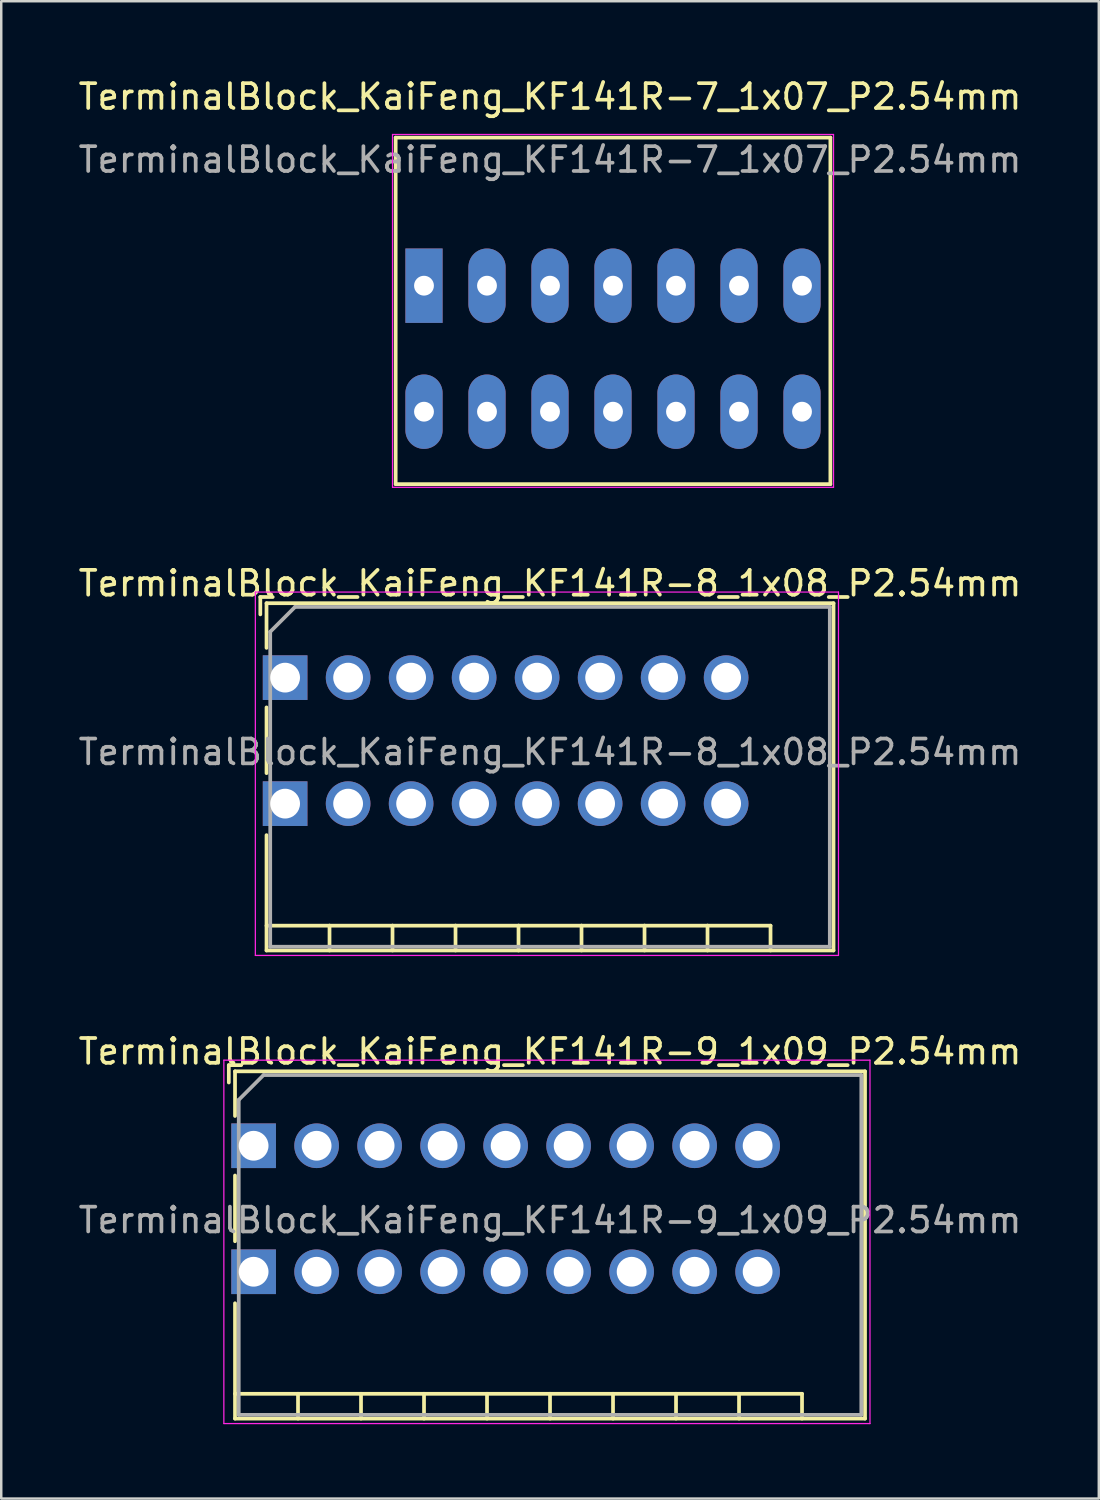
<source format=kicad_pcb>
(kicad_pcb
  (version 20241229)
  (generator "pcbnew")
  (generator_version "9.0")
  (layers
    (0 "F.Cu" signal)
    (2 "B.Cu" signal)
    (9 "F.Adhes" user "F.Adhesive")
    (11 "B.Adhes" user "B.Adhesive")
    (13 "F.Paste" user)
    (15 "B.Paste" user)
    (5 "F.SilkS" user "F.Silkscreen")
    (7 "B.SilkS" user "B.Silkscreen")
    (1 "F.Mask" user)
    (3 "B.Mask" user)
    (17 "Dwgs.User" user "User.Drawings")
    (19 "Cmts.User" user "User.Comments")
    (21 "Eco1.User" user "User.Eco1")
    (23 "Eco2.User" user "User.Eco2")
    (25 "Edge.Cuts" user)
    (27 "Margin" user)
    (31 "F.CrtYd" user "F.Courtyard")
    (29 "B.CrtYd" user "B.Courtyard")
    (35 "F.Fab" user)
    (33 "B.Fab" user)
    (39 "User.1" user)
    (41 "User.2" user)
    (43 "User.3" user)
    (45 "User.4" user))
  (footprint "TerminalBlock_KaiFeng_KF141R-7_1x07_P2.54mm"
    (layer "F.Cu")
    (at 19.125 8.468)
    (property "Reference" "TerminalBlock_KaiFeng_KF141R-7_1x07_P2.54mm" (at 0 -7.62 0) (layer "F.SilkS") (effects (font (size 1 1) (thickness 0.15))))
    (attr through_hole)
    (fp_line (start -6.223 8.001) (end -6.223 -5.969) (stroke (width 0.15) (type solid)) (layer "F.SilkS"))
    (fp_line (start -6.223 8.001) (end 11.303 8.001) (stroke (width 0.15) (type solid)) (layer "F.SilkS"))
    (fp_line (start 11.303 -5.969) (end -6.223 -5.969) (stroke (width 0.15) (type solid)) (layer "F.SilkS"))
    (fp_line (start 11.303 -5.969) (end 11.303 8.001) (stroke (width 0.15) (type solid)) (layer "F.SilkS"))
    (fp_line (start -6.35 -6.096) (end -6.35 8.128) (stroke (width 0.05) (type solid)) (layer "F.CrtYd"))
    (fp_line (start -6.35 -6.096) (end 11.43 -6.096) (stroke (width 0.05) (type solid)) (layer "F.CrtYd"))
    (fp_line (start -6.35 8.128) (end 11.43 8.128) (stroke (width 0.05) (type solid)) (layer "F.CrtYd"))
    (fp_line (start 11.43 -6.096) (end 11.43 8.128) (stroke (width 0.05) (type solid)) (layer "F.CrtYd"))
    (fp_text user "${REFERENCE}" (at 0 -5.08 0) (layer "F.Fab") (effects (font (size 1 1) (thickness 0.15))))
    (pad "1" thru_hole rect (at -5.081 0) (size 1.5 3) (drill 0.8) (layers "*.Cu" "*.Mask"))
    (pad "1" thru_hole oval (at -5.081 5.08) (size 1.5 3) (drill 0.8) (layers "*.Cu" "*.Mask"))
    (pad "2" thru_hole oval (at -2.541 0) (size 1.5 3) (drill 0.8) (layers "*.Cu" "*.Mask"))
    (pad "2" thru_hole oval (at -2.541 5.08) (size 1.5 3) (drill 0.8) (layers "*.Cu" "*.Mask"))
    (pad "3" thru_hole oval (at -0.001 0) (size 1.5 3) (drill 0.8) (layers "*.Cu" "*.Mask"))
    (pad "3" thru_hole oval (at -0.001 5.08) (size 1.5 3) (drill 0.8) (layers "*.Cu" "*.Mask"))
    (pad "4" thru_hole oval (at 2.539 0) (size 1.5 3) (drill 0.8) (layers "*.Cu" "*.Mask"))
    (pad "4" thru_hole oval (at 2.539 5.08) (size 1.5 3) (drill 0.8) (layers "*.Cu" "*.Mask"))
    (pad "5" thru_hole oval (at 5.079 0) (size 1.5 3) (drill 0.8) (layers "*.Cu" "*.Mask"))
    (pad "5" thru_hole oval (at 5.079 5.08) (size 1.5 3) (drill 0.8) (layers "*.Cu" "*.Mask"))
    (pad "6" thru_hole oval (at 7.619 0) (size 1.5 3) (drill 0.8) (layers "*.Cu" "*.Mask"))
    (pad "6" thru_hole oval (at 7.619 5.08) (size 1.5 3) (drill 0.8) (layers "*.Cu" "*.Mask"))
    (pad "7" thru_hole oval (at 10.159 0) (size 1.5 3) (drill 0.8) (layers "*.Cu" "*.Mask"))
    (pad "7" thru_hole oval (at 10.159 5.08) (size 1.5 3) (drill 0.8) (layers "*.Cu" "*.Mask")))
  (footprint "TerminalBlock_KaiFeng_KF141R-8_1x08_P2.54mm"
    (layer "F.Cu")
    (at 8.445 24.27)
    (property "Reference" "TerminalBlock_KaiFeng_KF141R-8_1x08_P2.54mm" (at 10.68 -3.8 0) (layer "F.SilkS") (effects (font (size 1 1) (thickness 0.15))))
    (attr through_hole)
    (fp_line (start -1 -3.25) (end -1 -2.55) (stroke (width 0.15) (type solid)) (layer "F.SilkS"))
    (fp_line (start -1 -3.25) (end -0.5 -3.25) (stroke (width 0.15) (type solid)) (layer "F.SilkS"))
    (fp_line (start -0.75 -3) (end -0.75 -1.2) (stroke (width 0.15) (type solid)) (layer "F.SilkS"))
    (fp_line (start -0.75 -3) (end 22.11 -3) (stroke (width 0.15) (type solid)) (layer "F.SilkS"))
    (fp_line (start -0.75 3.85) (end -0.75 1.2) (stroke (width 0.15) (type solid)) (layer "F.SilkS"))
    (fp_line (start -0.75 6.35) (end -0.75 11) (stroke (width 0.15) (type solid)) (layer "F.SilkS"))
    (fp_line (start -0.75 10) (end 1.79 10) (stroke (width 0.15) (type solid)) (layer "F.SilkS"))
    (fp_line (start -0.75 11) (end 22.11 11) (stroke (width 0.15) (type solid)) (layer "F.SilkS"))
    (fp_line (start 1.79 10) (end 1.79 11) (stroke (width 0.15) (type solid)) (layer "F.SilkS"))
    (fp_line (start 1.79 10) (end 4.33 10) (stroke (width 0.15) (type solid)) (layer "F.SilkS"))
    (fp_line (start 4.33 10) (end 4.33 11) (stroke (width 0.15) (type solid)) (layer "F.SilkS"))
    (fp_line (start 4.33 10) (end 6.87 10) (stroke (width 0.15) (type solid)) (layer "F.SilkS"))
    (fp_line (start 6.87 10) (end 6.87 11) (stroke (width 0.15) (type solid)) (layer "F.SilkS"))
    (fp_line (start 6.87 10) (end 9.41 10) (stroke (width 0.15) (type solid)) (layer "F.SilkS"))
    (fp_line (start 9.41 10) (end 9.41 11) (stroke (width 0.15) (type solid)) (layer "F.SilkS"))
    (fp_line (start 9.41 10) (end 11.95 10) (stroke (width 0.15) (type solid)) (layer "F.SilkS"))
    (fp_line (start 11.95 10) (end 11.95 11) (stroke (width 0.15) (type solid)) (layer "F.SilkS"))
    (fp_line (start 11.95 10) (end 14.49 10) (stroke (width 0.15) (type solid)) (layer "F.SilkS"))
    (fp_line (start 14.49 10) (end 14.49 11) (stroke (width 0.15) (type solid)) (layer "F.SilkS"))
    (fp_line (start 14.49 10) (end 17.03 10) (stroke (width 0.15) (type solid)) (layer "F.SilkS"))
    (fp_line (start 17.03 10) (end 17.03 11) (stroke (width 0.15) (type solid)) (layer "F.SilkS"))
    (fp_line (start 17.03 10) (end 19.57 10) (stroke (width 0.15) (type solid)) (layer "F.SilkS"))
    (fp_line (start 19.57 10) (end 19.57 11) (stroke (width 0.15) (type solid)) (layer "F.SilkS"))
    (fp_line (start 22.11 -3) (end 22.11 11) (stroke (width 0.15) (type solid)) (layer "F.SilkS"))
    (fp_line (start -1.2 -3.45) (end -1.2 11.2) (stroke (width 0.05) (type solid)) (layer "F.CrtYd"))
    (fp_line (start -1.2 -3.45) (end 22.31 -3.45) (stroke (width 0.05) (type solid)) (layer "F.CrtYd"))
    (fp_line (start 22.31 -3.45) (end 22.31 11.2) (stroke (width 0.05) (type solid)) (layer "F.CrtYd"))
    (fp_line (start 22.31 11.2) (end -1.2 11.2) (stroke (width 0.05) (type solid)) (layer "F.CrtYd"))
    (fp_line (start -0.6 -1.85) (end 0.4 -2.85) (stroke (width 0.15) (type solid)) (layer "F.Fab"))
    (fp_line (start -0.6 10.85) (end -0.6 -1.85) (stroke (width 0.15) (type solid)) (layer "F.Fab"))
    (fp_line (start 0.4 -2.85) (end 21.96 -2.85) (stroke (width 0.15) (type solid)) (layer "F.Fab"))
    (fp_line (start 21.96 -2.85) (end 21.96 10.85) (stroke (width 0.15) (type solid)) (layer "F.Fab"))
    (fp_line (start 21.96 10.85) (end -0.6 10.85) (stroke (width 0.15) (type solid)) (layer "F.Fab"))
    (fp_text user "${REFERENCE}" (at 10.68 3 0) (layer "F.Fab") (effects (font (size 1 1) (thickness 0.15))))
    (pad "1" thru_hole rect (at 0 0) (size 1.8 1.8) (drill 1.2) (layers "*.Cu" "*.Mask"))
    (pad "1" thru_hole rect (at 0 5.08) (size 1.8 1.8) (drill 1.2) (layers "*.Cu" "*.Mask"))
    (pad "2" thru_hole circle (at 2.54 0) (size 1.8 1.8) (drill 1.2) (layers "*.Cu" "*.Mask"))
    (pad "2" thru_hole circle (at 2.54 5.08) (size 1.8 1.8) (drill 1.2) (layers "*.Cu" "*.Mask"))
    (pad "3" thru_hole circle (at 5.08 0) (size 1.8 1.8) (drill 1.2) (layers "*.Cu" "*.Mask"))
    (pad "3" thru_hole circle (at 5.08 5.08) (size 1.8 1.8) (drill 1.2) (layers "*.Cu" "*.Mask"))
    (pad "4" thru_hole circle (at 7.62 0) (size 1.8 1.8) (drill 1.2) (layers "*.Cu" "*.Mask"))
    (pad "4" thru_hole circle (at 7.62 5.08) (size 1.8 1.8) (drill 1.2) (layers "*.Cu" "*.Mask"))
    (pad "5" thru_hole circle (at 10.16 0) (size 1.8 1.8) (drill 1.2) (layers "*.Cu" "*.Mask"))
    (pad "5" thru_hole circle (at 10.16 5.08) (size 1.8 1.8) (drill 1.2) (layers "*.Cu" "*.Mask"))
    (pad "6" thru_hole circle (at 12.7 0) (size 1.8 1.8) (drill 1.2) (layers "*.Cu" "*.Mask"))
    (pad "6" thru_hole circle (at 12.7 5.08) (size 1.8 1.8) (drill 1.2) (layers "*.Cu" "*.Mask"))
    (pad "7" thru_hole circle (at 15.24 0) (size 1.8 1.8) (drill 1.2) (layers "*.Cu" "*.Mask"))
    (pad "7" thru_hole circle (at 15.24 5.08) (size 1.8 1.8) (drill 1.2) (layers "*.Cu" "*.Mask"))
    (pad "8" thru_hole circle (at 17.78 0) (size 1.8 1.8) (drill 1.2) (layers "*.Cu" "*.Mask"))
    (pad "8" thru_hole circle (at 17.78 5.08) (size 1.8 1.8) (drill 1.2) (layers "*.Cu" "*.Mask")))
  (footprint "TerminalBlock_KaiFeng_KF141R-9_1x09_P2.54mm"
    (layer "F.Cu")
    (at 7.175 43.143)
    (property "Reference" "TerminalBlock_KaiFeng_KF141R-9_1x09_P2.54mm" (at 11.95 -3.8 0) (layer "F.SilkS") (effects (font (size 1 1) (thickness 0.15))))
    (attr through_hole)
    (fp_line (start -1 -3.25) (end -1 -2.55) (stroke (width 0.15) (type solid)) (layer "F.SilkS"))
    (fp_line (start -1 -3.25) (end -0.5 -3.25) (stroke (width 0.15) (type solid)) (layer "F.SilkS"))
    (fp_line (start -0.75 -3) (end -0.75 -1.2) (stroke (width 0.15) (type solid)) (layer "F.SilkS"))
    (fp_line (start -0.75 -3) (end 24.65 -3) (stroke (width 0.15) (type solid)) (layer "F.SilkS"))
    (fp_line (start -0.75 3.85) (end -0.75 1.2) (stroke (width 0.15) (type solid)) (layer "F.SilkS"))
    (fp_line (start -0.75 6.35) (end -0.75 11) (stroke (width 0.15) (type solid)) (layer "F.SilkS"))
    (fp_line (start -0.75 10) (end 1.79 10) (stroke (width 0.15) (type solid)) (layer "F.SilkS"))
    (fp_line (start -0.75 11) (end 24.65 11) (stroke (width 0.15) (type solid)) (layer "F.SilkS"))
    (fp_line (start 1.79 10) (end 1.79 11) (stroke (width 0.15) (type solid)) (layer "F.SilkS"))
    (fp_line (start 1.79 10) (end 4.33 10) (stroke (width 0.15) (type solid)) (layer "F.SilkS"))
    (fp_line (start 4.33 10) (end 4.33 11) (stroke (width 0.15) (type solid)) (layer "F.SilkS"))
    (fp_line (start 4.33 10) (end 6.87 10) (stroke (width 0.15) (type solid)) (layer "F.SilkS"))
    (fp_line (start 6.87 10) (end 6.87 11) (stroke (width 0.15) (type solid)) (layer "F.SilkS"))
    (fp_line (start 6.87 10) (end 9.41 10) (stroke (width 0.15) (type solid)) (layer "F.SilkS"))
    (fp_line (start 9.41 10) (end 9.41 11) (stroke (width 0.15) (type solid)) (layer "F.SilkS"))
    (fp_line (start 9.41 10) (end 11.95 10) (stroke (width 0.15) (type solid)) (layer "F.SilkS"))
    (fp_line (start 11.95 10) (end 11.95 11) (stroke (width 0.15) (type solid)) (layer "F.SilkS"))
    (fp_line (start 11.95 10) (end 14.49 10) (stroke (width 0.15) (type solid)) (layer "F.SilkS"))
    (fp_line (start 14.49 10) (end 14.49 11) (stroke (width 0.15) (type solid)) (layer "F.SilkS"))
    (fp_line (start 14.49 10) (end 17.03 10) (stroke (width 0.15) (type solid)) (layer "F.SilkS"))
    (fp_line (start 17.03 10) (end 17.03 11) (stroke (width 0.15) (type solid)) (layer "F.SilkS"))
    (fp_line (start 17.03 10) (end 19.57 10) (stroke (width 0.15) (type solid)) (layer "F.SilkS"))
    (fp_line (start 19.57 10) (end 19.57 11) (stroke (width 0.15) (type solid)) (layer "F.SilkS"))
    (fp_line (start 19.57 10) (end 22.11 10) (stroke (width 0.15) (type solid)) (layer "F.SilkS"))
    (fp_line (start 22.11 10) (end 22.11 11) (stroke (width 0.15) (type solid)) (layer "F.SilkS"))
    (fp_line (start 24.65 -3) (end 24.65 11) (stroke (width 0.15) (type solid)) (layer "F.SilkS"))
    (fp_line (start -1.2 -3.45) (end -1.2 11.2) (stroke (width 0.05) (type solid)) (layer "F.CrtYd"))
    (fp_line (start -1.2 -3.45) (end 24.85 -3.45) (stroke (width 0.05) (type solid)) (layer "F.CrtYd"))
    (fp_line (start 24.85 -3.45) (end 24.85 11.2) (stroke (width 0.05) (type solid)) (layer "F.CrtYd"))
    (fp_line (start 24.85 11.2) (end -1.2 11.2) (stroke (width 0.05) (type solid)) (layer "F.CrtYd"))
    (fp_line (start -0.6 -1.85) (end 0.4 -2.85) (stroke (width 0.15) (type solid)) (layer "F.Fab"))
    (fp_line (start -0.6 10.85) (end -0.6 -1.85) (stroke (width 0.15) (type solid)) (layer "F.Fab"))
    (fp_line (start 0.4 -2.85) (end 24.5 -2.85) (stroke (width 0.15) (type solid)) (layer "F.Fab"))
    (fp_line (start 24.5 -2.85) (end 24.5 10.85) (stroke (width 0.15) (type solid)) (layer "F.Fab"))
    (fp_line (start 24.5 10.85) (end -0.6 10.85) (stroke (width 0.15) (type solid)) (layer "F.Fab"))
    (fp_text user "${REFERENCE}" (at 11.95 3 0) (layer "F.Fab") (effects (font (size 1 1) (thickness 0.15))))
    (pad "1" thru_hole rect (at 0 0) (size 1.8 1.8) (drill 1.2) (layers "*.Cu" "*.Mask"))
    (pad "1" thru_hole rect (at 0 5.08) (size 1.8 1.8) (drill 1.2) (layers "*.Cu" "*.Mask"))
    (pad "2" thru_hole circle (at 2.54 0) (size 1.8 1.8) (drill 1.2) (layers "*.Cu" "*.Mask"))
    (pad "2" thru_hole circle (at 2.54 5.08) (size 1.8 1.8) (drill 1.2) (layers "*.Cu" "*.Mask"))
    (pad "3" thru_hole circle (at 5.08 0) (size 1.8 1.8) (drill 1.2) (layers "*.Cu" "*.Mask"))
    (pad "3" thru_hole circle (at 5.08 5.08) (size 1.8 1.8) (drill 1.2) (layers "*.Cu" "*.Mask"))
    (pad "4" thru_hole circle (at 7.62 0) (size 1.8 1.8) (drill 1.2) (layers "*.Cu" "*.Mask"))
    (pad "4" thru_hole circle (at 7.62 5.08) (size 1.8 1.8) (drill 1.2) (layers "*.Cu" "*.Mask"))
    (pad "5" thru_hole circle (at 10.16 0) (size 1.8 1.8) (drill 1.2) (layers "*.Cu" "*.Mask"))
    (pad "5" thru_hole circle (at 10.16 5.08) (size 1.8 1.8) (drill 1.2) (layers "*.Cu" "*.Mask"))
    (pad "6" thru_hole circle (at 12.7 0) (size 1.8 1.8) (drill 1.2) (layers "*.Cu" "*.Mask"))
    (pad "6" thru_hole circle (at 12.7 5.08) (size 1.8 1.8) (drill 1.2) (layers "*.Cu" "*.Mask"))
    (pad "7" thru_hole circle (at 15.24 0) (size 1.8 1.8) (drill 1.2) (layers "*.Cu" "*.Mask"))
    (pad "7" thru_hole circle (at 15.24 5.08) (size 1.8 1.8) (drill 1.2) (layers "*.Cu" "*.Mask"))
    (pad "8" thru_hole circle (at 17.78 0) (size 1.8 1.8) (drill 1.2) (layers "*.Cu" "*.Mask"))
    (pad "8" thru_hole circle (at 17.78 5.08) (size 1.8 1.8) (drill 1.2) (layers "*.Cu" "*.Mask"))
    (pad "9" thru_hole circle (at 20.32 0) (size 1.8 1.8) (drill 1.2) (layers "*.Cu" "*.Mask"))
    (pad "9" thru_hole circle (at 20.32 5.08) (size 1.8 1.8) (drill 1.2) (layers "*.Cu" "*.Mask")))
  (gr_rect
    (start -3 -3)
    (end 41.25 57.368)
    (stroke (width 0.1) (type default))
    (fill no)
    (layer "Edge.Cuts")))
</source>
